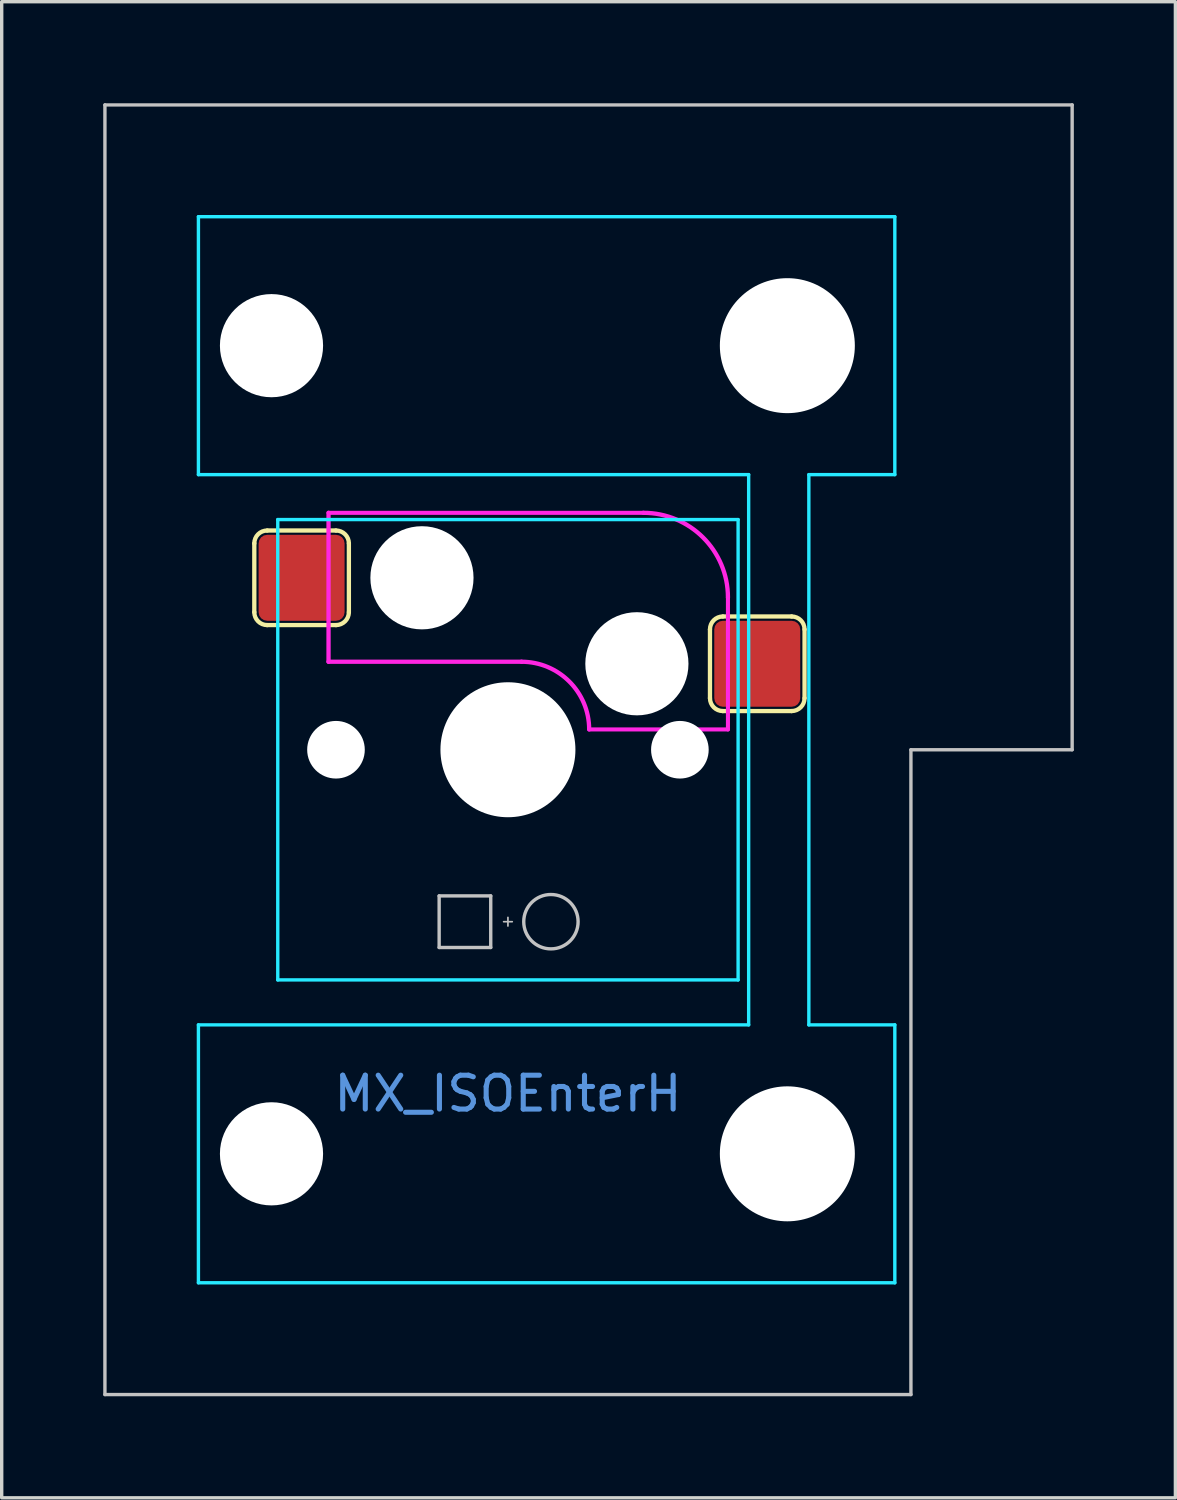
<source format=kicad_pcb>
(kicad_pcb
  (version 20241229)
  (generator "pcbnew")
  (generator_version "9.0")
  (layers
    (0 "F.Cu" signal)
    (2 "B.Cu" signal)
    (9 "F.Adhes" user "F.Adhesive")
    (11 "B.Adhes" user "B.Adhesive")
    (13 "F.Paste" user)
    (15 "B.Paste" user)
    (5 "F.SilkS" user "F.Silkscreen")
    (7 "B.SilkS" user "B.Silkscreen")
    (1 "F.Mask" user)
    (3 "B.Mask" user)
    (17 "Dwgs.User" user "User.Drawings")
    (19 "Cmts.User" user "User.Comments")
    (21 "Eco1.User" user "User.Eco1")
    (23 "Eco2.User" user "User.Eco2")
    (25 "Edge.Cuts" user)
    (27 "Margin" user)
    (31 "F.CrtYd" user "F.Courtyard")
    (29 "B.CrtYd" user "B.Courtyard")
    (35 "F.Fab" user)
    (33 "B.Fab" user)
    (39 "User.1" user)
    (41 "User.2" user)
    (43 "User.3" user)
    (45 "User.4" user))
  (footprint "MX_ISOEnterH"
    (layer "F.Cu")
    (at 11.956 19.1)
    (property "Reference" "MX_ISOEnterH" (at 0 10.16 0) (unlocked yes) (layer "Cmts.User") (effects (font (size 1 1) (thickness 0.15))))
    (attr smd)
    (fp_line (start -7.493 -6.096) (end -7.493 -4.064) (stroke (width 0.127) (type solid)) (layer "F.SilkS"))
    (fp_line (start -7.112 -3.683) (end -5.08 -3.683) (stroke (width 0.127) (type solid)) (layer "F.SilkS"))
    (fp_line (start -5.08 -6.477) (end -7.112 -6.477) (stroke (width 0.127) (type solid)) (layer "F.SilkS"))
    (fp_line (start -4.699 -4.064) (end -4.699 -6.096) (stroke (width 0.127) (type solid)) (layer "F.SilkS"))
    (fp_line (start 5.969 -3.556) (end 5.969 -1.524) (stroke (width 0.127) (type solid)) (layer "F.SilkS"))
    (fp_line (start 6.35 -1.143) (end 8.382 -1.143) (stroke (width 0.127) (type solid)) (layer "F.SilkS"))
    (fp_line (start 8.382 -3.937) (end 6.35 -3.937) (stroke (width 0.127) (type solid)) (layer "F.SilkS"))
    (fp_line (start 8.763 -1.524) (end 8.763 -3.556) (stroke (width 0.127) (type solid)) (layer "F.SilkS"))
    (fp_arc (start -7.493 -6.096) (mid -7.381408 -6.365408) (end -7.112 -6.477) (stroke (width 0.127) (type solid)) (layer "F.SilkS"))
    (fp_arc (start -7.112 -3.683) (mid -7.381408 -3.794592) (end -7.493 -4.064) (stroke (width 0.127) (type solid)) (layer "F.SilkS"))
    (fp_arc (start -5.08 -6.477) (mid -4.810592 -6.365408) (end -4.699 -6.096) (stroke (width 0.127) (type solid)) (layer "F.SilkS"))
    (fp_arc (start -4.699 -4.064) (mid -4.810592 -3.794592) (end -5.08 -3.683) (stroke (width 0.127) (type solid)) (layer "F.SilkS"))
    (fp_arc (start 5.969 -3.556) (mid 6.080592 -3.825408) (end 6.35 -3.937) (stroke (width 0.127) (type solid)) (layer "F.SilkS"))
    (fp_arc (start 6.35 -1.143) (mid 6.080592 -1.254592) (end 5.969 -1.524) (stroke (width 0.127) (type solid)) (layer "F.SilkS"))
    (fp_arc (start 8.382 -3.937) (mid 8.651408 -3.825408) (end 8.763 -3.556) (stroke (width 0.127) (type solid)) (layer "F.SilkS"))
    (fp_arc (start 8.763 -1.524) (mid 8.651408 -1.254592) (end 8.382 -1.143) (stroke (width 0.127) (type solid)) (layer "F.SilkS"))
    (fp_line (start -11.906 19.05) (end -11.906 -19.05) (stroke (width 0.1) (type solid)) (layer "Dwgs.User"))
    (fp_line (start -2.032 4.318) (end -2.032 5.842) (stroke (width 0.1) (type solid)) (layer "Dwgs.User"))
    (fp_line (start -2.032 5.842) (end -0.508 5.842) (stroke (width 0.1) (type solid)) (layer "Dwgs.User"))
    (fp_line (start -0.508 4.318) (end -2.032 4.318) (stroke (width 0.1) (type solid)) (layer "Dwgs.User"))
    (fp_line (start -0.508 4.318) (end -0.508 5.842) (stroke (width 0.1) (type solid)) (layer "Dwgs.User"))
    (fp_line (start -0.127 5.08) (end 0.127 5.08) (stroke (width 0.05) (type solid)) (layer "Dwgs.User"))
    (fp_line (start 0 5.207) (end 0 4.953) (stroke (width 0.05) (type solid)) (layer "Dwgs.User"))
    (fp_line (start 11.906 19.05) (end -11.906 19.05) (stroke (width 0.1) (type solid)) (layer "Dwgs.User"))
    (fp_line (start 11.906 19.05) (end 11.906 0) (stroke (width 0.1) (type solid)) (layer "Dwgs.User"))
    (fp_line (start 16.669 -19.05) (end -11.906 -19.05) (stroke (width 0.1) (type solid)) (layer "Dwgs.User"))
    (fp_line (start 16.669 0) (end 11.906 0) (stroke (width 0.1) (type solid)) (layer "Dwgs.User"))
    (fp_line (start 16.669 0) (end 16.669 -19.05) (stroke (width 0.1) (type solid)) (layer "Dwgs.User"))
    (fp_circle (center 1.27 5.08) (end 1.27 5.883) (stroke (width 0.1) (type solid)) (fill no) (layer "Dwgs.User"))
    (fp_line (start -6.985 -6.73) (end -6.985 6.732) (stroke (width 0.1) (type solid)) (layer "Eco1.User"))
    (fp_line (start -6.731 6.986) (end -5.852 6.986) (stroke (width 0.1) (type solid)) (layer "Eco1.User"))
    (fp_line (start -6.537 -15.651) (end -6.537 -9.09) (stroke (width 0.1) (type solid)) (layer "Eco1.User"))
    (fp_line (start -6.537 9.091) (end -6.537 15.652) (stroke (width 0.1) (type solid)) (layer "Eco1.User"))
    (fp_line (start -6.283 -8.836) (end -5.852 -8.836) (stroke (width 0.1) (type solid)) (layer "Eco1.User"))
    (fp_line (start -6.283 15.906) (end -3.423 15.906) (stroke (width 0.1) (type solid)) (layer "Eco1.User"))
    (fp_line (start -5.852 -6.984) (end -6.731 -6.984) (stroke (width 0.1) (type solid)) (layer "Eco1.User"))
    (fp_line (start -5.852 8.837) (end -6.283 8.837) (stroke (width 0.1) (type solid)) (layer "Eco1.User"))
    (fp_line (start -5.598 -8.582) (end -5.598 -7.238) (stroke (width 0.1) (type solid)) (layer "Eco1.User"))
    (fp_line (start -5.598 7.24) (end -5.598 8.583) (stroke (width 0.1) (type solid)) (layer "Eco1.User"))
    (fp_line (start -3.423 -15.905) (end -6.283 -15.905) (stroke (width 0.1) (type solid)) (layer "Eco1.User"))
    (fp_line (start -3.169 -16.492) (end -3.169 -16.159) (stroke (width 0.1) (type solid)) (layer "Eco1.User"))
    (fp_line (start -3.169 16.16) (end -3.169 16.494) (stroke (width 0.1) (type solid)) (layer "Eco1.User"))
    (fp_line (start -2.915 16.748) (end 0.563 16.748) (stroke (width 0.1) (type solid)) (layer "Eco1.User"))
    (fp_line (start -2.087 0.001) (end 2.104 0.001) (stroke (width 0.1) (type solid)) (layer "Eco1.User"))
    (fp_line (start -0.001 -2.158) (end -0.001 2.16) (stroke (width 0.1) (type solid)) (layer "Eco1.User"))
    (fp_line (start 0.563 -16.746) (end -2.915 -16.746) (stroke (width 0.1) (type solid)) (layer "Eco1.User"))
    (fp_line (start 0.817 -16.159) (end 0.817 -16.492) (stroke (width 0.1) (type solid)) (layer "Eco1.User"))
    (fp_line (start 0.817 16.494) (end 0.817 16.16) (stroke (width 0.1) (type solid)) (layer "Eco1.User"))
    (fp_line (start 1.071 15.906) (end 6.177 15.906) (stroke (width 0.1) (type solid)) (layer "Eco1.User"))
    (fp_line (start 5.757 -7.238) (end 5.757 -8.582) (stroke (width 0.1) (type solid)) (layer "Eco1.User"))
    (fp_line (start 5.757 8.583) (end 5.757 7.24) (stroke (width 0.1) (type solid)) (layer "Eco1.User"))
    (fp_line (start 6.011 -8.836) (end 6.289 -8.836) (stroke (width 0.1) (type solid)) (layer "Eco1.User"))
    (fp_line (start 6.011 6.986) (end 6.749 6.986) (stroke (width 0.1) (type solid)) (layer "Eco1.User"))
    (fp_line (start 6.177 -15.905) (end 1.071 -15.905) (stroke (width 0.1) (type solid)) (layer "Eco1.User"))
    (fp_line (start 6.289 8.837) (end 6.011 8.837) (stroke (width 0.1) (type solid)) (layer "Eco1.User"))
    (fp_line (start 6.431 -14.42) (end 6.431 -15.651) (stroke (width 0.1) (type solid)) (layer "Eco1.User"))
    (fp_line (start 6.431 15.652) (end 6.431 14.421) (stroke (width 0.1) (type solid)) (layer "Eco1.User"))
    (fp_line (start 6.543 -9.09) (end 6.543 -10.265) (stroke (width 0.1) (type solid)) (layer "Eco1.User"))
    (fp_line (start 6.543 10.266) (end 6.543 9.091) (stroke (width 0.1) (type solid)) (layer "Eco1.User"))
    (fp_line (start 6.685 14.167) (end 7.805 14.167) (stroke (width 0.1) (type solid)) (layer "Eco1.User"))
    (fp_line (start 6.749 -6.984) (end 6.011 -6.984) (stroke (width 0.1) (type solid)) (layer "Eco1.User"))
    (fp_line (start 6.797 -10.519) (end 7.805 -10.519) (stroke (width 0.1) (type solid)) (layer "Eco1.User"))
    (fp_line (start 7.003 6.732) (end 7.003 -6.73) (stroke (width 0.1) (type solid)) (layer "Eco1.User"))
    (fp_line (start 7.805 -14.166) (end 6.685 -14.166) (stroke (width 0.1) (type solid)) (layer "Eco1.User"))
    (fp_line (start 7.805 10.52) (end 6.797 10.52) (stroke (width 0.1) (type solid)) (layer "Eco1.User"))
    (fp_line (start 8.059 -10.773) (end 8.059 -13.912) (stroke (width 0.1) (type solid)) (layer "Eco1.User"))
    (fp_line (start 8.059 13.913) (end 8.059 10.774) (stroke (width 0.1) (type solid)) (layer "Eco1.User"))
    (fp_arc (start -6.985 -6.730206) (mid -6.910605 -6.909811) (end -6.731 -6.984206) (stroke (width 0.1) (type solid)) (layer "Eco1.User"))
    (fp_arc (start -6.731 6.985812) (mid -6.910605 6.911417) (end -6.985 6.731812) (stroke (width 0.1) (type solid)) (layer "Eco1.User"))
    (fp_arc (start -6.537389 -15.650819) (mid -6.462994 -15.830424) (end -6.283389 -15.904819) (stroke (width 0.1) (type solid)) (layer "Eco1.User"))
    (fp_arc (start -6.537389 9.09126) (mid -6.462994 8.911655) (end -6.283389 8.83726) (stroke (width 0.1) (type solid)) (layer "Eco1.User"))
    (fp_arc (start -6.283389 -8.835655) (mid -6.462994 -8.91005) (end -6.537389 -9.089655) (stroke (width 0.1) (type solid)) (layer "Eco1.User"))
    (fp_arc (start -6.283389 15.906426) (mid -6.462994 15.832031) (end -6.537389 15.652426) (stroke (width 0.1) (type solid)) (layer "Eco1.User"))
    (fp_arc (start -5.851639 -8.835655) (mid -5.672034 -8.76126) (end -5.597639 -8.581655) (stroke (width 0.1) (type solid)) (layer "Eco1.User"))
    (fp_arc (start -5.851639 6.985812) (mid -5.672034 7.060207) (end -5.597639 7.239812) (stroke (width 0.1) (type solid)) (layer "Eco1.User"))
    (fp_arc (start -5.597639 -7.238206) (mid -5.672034 -7.058601) (end -5.851639 -6.984206) (stroke (width 0.1) (type solid)) (layer "Eco1.User"))
    (fp_arc (start -5.597639 8.58326) (mid -5.672034 8.762865) (end -5.851639 8.83726) (stroke (width 0.1) (type solid)) (layer "Eco1.User"))
    (fp_arc (start -3.423367 15.906426) (mid -3.243762 15.980821) (end -3.169367 16.160426) (stroke (width 0.1) (type solid)) (layer "Eco1.User"))
    (fp_arc (start -3.169367 -16.492386) (mid -3.094972 -16.671991) (end -2.915367 -16.746386) (stroke (width 0.1) (type solid)) (layer "Eco1.User"))
    (fp_arc (start -3.169367 -16.158819) (mid -3.243762 -15.979214) (end -3.423367 -15.904819) (stroke (width 0.1) (type solid)) (layer "Eco1.User"))
    (fp_arc (start -2.915367 16.747995) (mid -3.094972 16.6736) (end -3.169367 16.493995) (stroke (width 0.1) (type solid)) (layer "Eco1.User"))
    (fp_arc (start 0.562684 -16.746386) (mid 0.742289 -16.671991) (end 0.816684 -16.492386) (stroke (width 0.1) (type solid)) (layer "Eco1.User"))
    (fp_arc (start 0.816684 16.160426) (mid 0.891079 15.980821) (end 1.070684 15.906426) (stroke (width 0.1) (type solid)) (layer "Eco1.User"))
    (fp_arc (start 0.816684 16.493995) (mid 0.742289 16.6736) (end 0.562684 16.747995) (stroke (width 0.1) (type solid)) (layer "Eco1.User"))
    (fp_arc (start 1.070684 -15.904819) (mid 0.891079 -15.979214) (end 0.816684 -16.158819) (stroke (width 0.1) (type solid)) (layer "Eco1.User"))
    (fp_arc (start 5.757382 -8.581655) (mid 5.831777 -8.76126) (end 6.011382 -8.835655) (stroke (width 0.1) (type solid)) (layer "Eco1.User"))
    (fp_arc (start 5.757382 7.239812) (mid 5.831777 7.060207) (end 6.011382 6.985812) (stroke (width 0.1) (type solid)) (layer "Eco1.User"))
    (fp_arc (start 6.011382 -6.984206) (mid 5.831777 -7.058601) (end 5.757382 -7.238206) (stroke (width 0.1) (type solid)) (layer "Eco1.User"))
    (fp_arc (start 6.011382 8.83726) (mid 5.831777 8.762865) (end 5.757382 8.58326) (stroke (width 0.1) (type solid)) (layer "Eco1.User"))
    (fp_arc (start 6.176634 -15.904819) (mid 6.356239 -15.830424) (end 6.430634 -15.650819) (stroke (width 0.1) (type solid)) (layer "Eco1.User"))
    (fp_arc (start 6.288846 8.83726) (mid 6.468451 8.911655) (end 6.542846 9.09126) (stroke (width 0.1) (type solid)) (layer "Eco1.User"))
    (fp_arc (start 6.430634 14.421189) (mid 6.505029 14.241584) (end 6.684634 14.167189) (stroke (width 0.1) (type solid)) (layer "Eco1.User"))
    (fp_arc (start 6.430634 15.652426) (mid 6.356239 15.832031) (end 6.176634 15.906426) (stroke (width 0.1) (type solid)) (layer "Eco1.User"))
    (fp_arc (start 6.542846 -10.264789) (mid 6.617241 -10.444394) (end 6.796846 -10.518789) (stroke (width 0.1) (type solid)) (layer "Eco1.User"))
    (fp_arc (start 6.542846 -9.089655) (mid 6.468451 -8.91005) (end 6.288846 -8.835655) (stroke (width 0.1) (type solid)) (layer "Eco1.User"))
    (fp_arc (start 6.684634 -14.16558) (mid 6.505029 -14.239975) (end 6.430634 -14.41958) (stroke (width 0.1) (type solid)) (layer "Eco1.User"))
    (fp_arc (start 6.748758 -6.984206) (mid 6.928363 -6.909811) (end 7.002758 -6.730206) (stroke (width 0.1) (type solid)) (layer "Eco1.User"))
    (fp_arc (start 6.796846 10.520399) (mid 6.617241 10.446004) (end 6.542846 10.266399) (stroke (width 0.1) (type solid)) (layer "Eco1.User"))
    (fp_arc (start 7.002758 6.731812) (mid 6.928363 6.911417) (end 6.748758 6.985812) (stroke (width 0.1) (type solid)) (layer "Eco1.User"))
    (fp_arc (start 7.80542 -14.16558) (mid 7.985025 -14.091185) (end 8.05942 -13.91158) (stroke (width 0.1) (type solid)) (layer "Eco1.User"))
    (fp_arc (start 7.80542 10.520399) (mid 7.985025 10.594794) (end 8.05942 10.774399) (stroke (width 0.1) (type solid)) (layer "Eco1.User"))
    (fp_arc (start 8.05942 -10.772789) (mid 7.985025 -10.593184) (end 7.80542 -10.518789) (stroke (width 0.1) (type solid)) (layer "Eco1.User"))
    (fp_arc (start 8.05942 13.913189) (mid 7.985025 14.092794) (end 7.80542 14.167189) (stroke (width 0.1) (type solid)) (layer "Eco1.User"))
    (fp_circle (center 0 0) (end 0 -1.904) (stroke (width 0.1) (type solid)) (fill no) (layer "Eco1.User"))
    (fp_line (start -9.144 -15.748) (end 11.43 -15.748) (stroke (width 0.1) (type solid)) (layer "B.CrtYd"))
    (fp_line (start -9.144 -8.128) (end -9.144 -15.748) (stroke (width 0.1) (type solid)) (layer "B.CrtYd"))
    (fp_line (start -9.144 -8.128) (end 7.112 -8.128) (stroke (width 0.1) (type solid)) (layer "B.CrtYd"))
    (fp_line (start -9.144 8.128) (end 7.112 8.128) (stroke (width 0.1) (type solid)) (layer "B.CrtYd"))
    (fp_line (start -9.144 15.748) (end -9.144 8.128) (stroke (width 0.1) (type solid)) (layer "B.CrtYd"))
    (fp_line (start -6.8 6.8) (end -6.8 -6.8) (stroke (width 0.1) (type solid)) (layer "B.CrtYd"))
    (fp_line (start 6.8 -6.8) (end -6.8 -6.8) (stroke (width 0.1) (type solid)) (layer "B.CrtYd"))
    (fp_line (start 6.8 6.8) (end -6.8 6.8) (stroke (width 0.1) (type solid)) (layer "B.CrtYd"))
    (fp_line (start 6.8 6.8) (end 6.8 -6.8) (stroke (width 0.1) (type solid)) (layer "B.CrtYd"))
    (fp_line (start 7.112 8.128) (end 7.112 -8.128) (stroke (width 0.1) (type solid)) (layer "B.CrtYd"))
    (fp_line (start 8.89 8.128) (end 8.89 -8.128) (stroke (width 0.1) (type solid)) (layer "B.CrtYd"))
    (fp_line (start 11.43 -15.748) (end 11.43 -8.128) (stroke (width 0.1) (type solid)) (layer "B.CrtYd"))
    (fp_line (start 11.43 -8.128) (end 8.89 -8.128) (stroke (width 0.1) (type solid)) (layer "B.CrtYd"))
    (fp_line (start 11.43 8.128) (end 8.89 8.128) (stroke (width 0.1) (type solid)) (layer "B.CrtYd"))
    (fp_line (start 11.43 8.128) (end 11.43 15.748) (stroke (width 0.1) (type solid)) (layer "B.CrtYd"))
    (fp_line (start 11.43 15.748) (end -9.144 15.748) (stroke (width 0.1) (type solid)) (layer "B.CrtYd"))
    (fp_line (start -5.3 -7) (end -5.3 -2.6) (stroke (width 0.127) (type solid)) (layer "F.CrtYd"))
    (fp_line (start 0.4 -2.6) (end -5.3 -2.6) (stroke (width 0.127) (type solid)) (layer "F.CrtYd"))
    (fp_line (start 4 -7) (end -5.3 -7) (stroke (width 0.12) (type solid)) (layer "F.CrtYd"))
    (fp_line (start 6.5 -4.5) (end 6.5 -0.6) (stroke (width 0.12) (type solid)) (layer "F.CrtYd"))
    (fp_line (start 6.5 -0.6) (end 2.4 -0.6) (stroke (width 0.12) (type solid)) (layer "F.CrtYd"))
    (fp_arc (start 0.4 -2.6) (mid 1.814214 -2.014214) (end 2.4 -0.6) (stroke (width 0.127) (type solid)) (layer "F.CrtYd"))
    (fp_arc (start 4 -7) (mid 5.767767 -6.267767) (end 6.5 -4.5) (stroke (width 0.127) (type solid)) (layer "F.CrtYd"))
    (pad "" np_thru_hole circle (at -6.985 -11.938 90) (size 3.048 3.048) (drill 3.048) (layers "*.Cu" "*.Mask"))
    (pad "" np_thru_hole circle (at -6.985 11.938 90) (size 3.048 3.048) (drill 3.048) (layers "*.Cu" "*.Mask"))
    (pad "" np_thru_hole circle (at -5.08 0 270) (size 1.702 1.702) (drill 1.702) (layers "*.Cu" "*.Mask"))
    (pad "" np_thru_hole circle (at -2.54 -5.08) (size 3.048 3.048) (drill 3.048) (layers "*.Cu" "*.Mask"))
    (pad "" np_thru_hole circle (at 0 0) (size 3.988 3.988) (drill 3.988) (layers "*.Cu" "*.Mask"))
    (pad "" np_thru_hole circle (at 3.81 -2.54) (size 3.048 3.048) (drill 3.048) (layers "*.Cu" "*.Mask"))
    (pad "" np_thru_hole circle (at 5.08 0 270) (size 1.702 1.702) (drill 1.702) (layers "*.Cu" "*.Mask"))
    (pad "" np_thru_hole circle (at 8.255 -11.938 90) (size 3.988 3.988) (drill 3.988) (layers "*.Cu" "*.Mask"))
    (pad "" np_thru_hole circle (at 8.255 11.938 90) (size 3.988 3.988) (drill 3.988) (layers "*.Cu" "*.Mask"))
    (pad "1" smd roundrect (at -6.096 -5.08) (size 2.54 2.54) (layers "F.Cu" "F.Mask") (roundrect_rratio 0.1))
    (pad "2" smd roundrect (at 7.366 -2.54) (size 2.54 2.54) (layers "F.Cu" "F.Mask") (roundrect_rratio 0.1)))
  (gr_rect
    (start -3 -3)
    (end 31.675 41.2)
    (stroke (width 0.1) (type default))
    (fill no)
    (layer "Edge.Cuts")))
</source>
